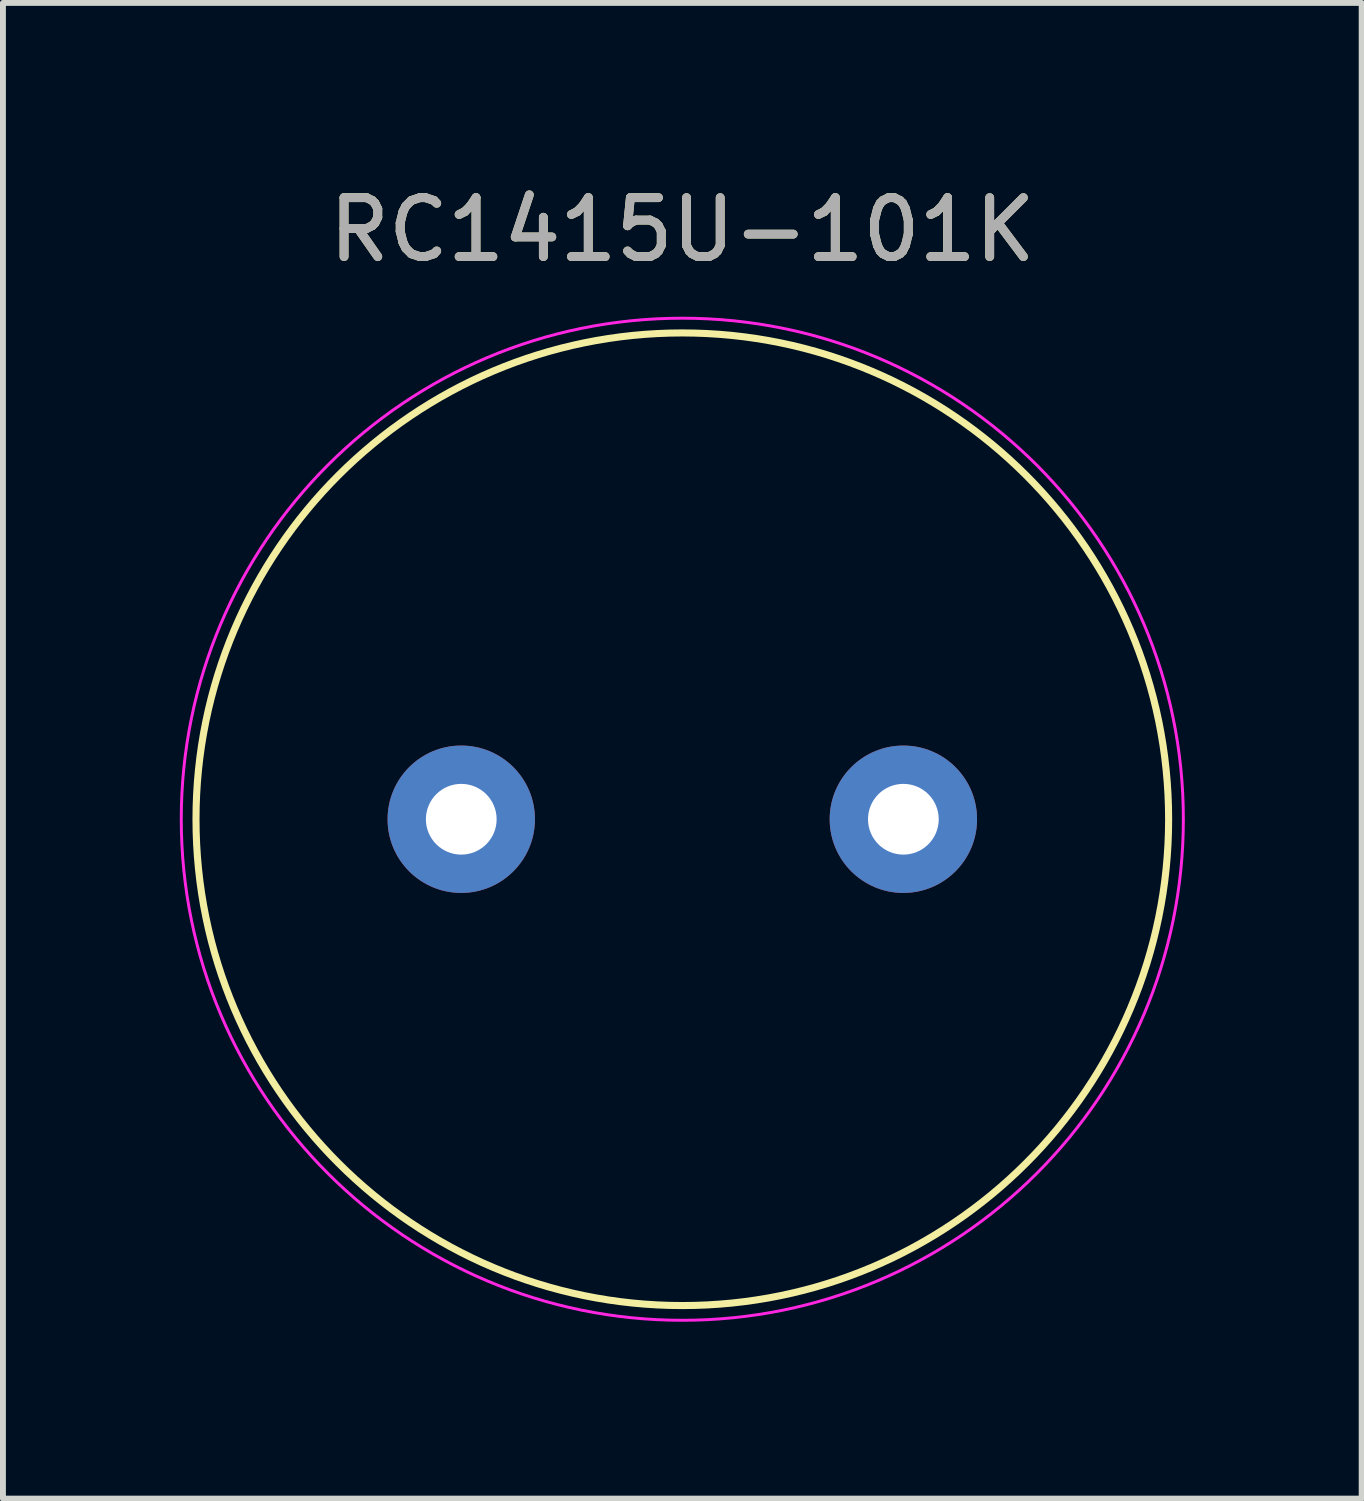
<source format=kicad_pcb>
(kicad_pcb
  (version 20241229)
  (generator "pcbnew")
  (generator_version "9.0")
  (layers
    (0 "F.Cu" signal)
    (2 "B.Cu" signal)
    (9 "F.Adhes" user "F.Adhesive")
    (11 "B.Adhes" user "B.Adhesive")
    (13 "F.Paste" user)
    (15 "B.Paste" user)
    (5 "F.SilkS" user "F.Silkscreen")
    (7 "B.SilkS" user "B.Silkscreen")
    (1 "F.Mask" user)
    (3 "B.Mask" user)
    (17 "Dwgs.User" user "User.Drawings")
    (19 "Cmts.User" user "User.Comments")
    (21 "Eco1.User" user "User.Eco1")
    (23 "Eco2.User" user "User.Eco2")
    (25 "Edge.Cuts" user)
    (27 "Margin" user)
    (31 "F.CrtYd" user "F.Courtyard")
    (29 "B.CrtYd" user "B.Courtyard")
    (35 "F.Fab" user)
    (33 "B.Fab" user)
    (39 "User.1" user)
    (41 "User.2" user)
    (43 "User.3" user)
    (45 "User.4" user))
  (footprint "RC1415U-101K"
    (layer "F.Cu")
    (at 8.525 10.848)
    (property "Reference" "RC1415U-101K" (at 0 -10 0) (unlocked yes) (layer "F.SilkS") (effects (font (size 1 1) (thickness 0.15))))
    (attr through_hole)
    (fp_circle (center 0 0) (end 8.25 0) (stroke (width 0.12) (type solid)) (fill no) (layer "F.SilkS"))
    (fp_circle (center 0 0) (end 8.5 0) (stroke (width 0.05) (type solid)) (fill no) (layer "F.CrtYd"))
    (fp_text user "${REFERENCE}" (at 0 -10 0) (unlocked yes) (layer "F.Fab") (effects (font (size 1 1) (thickness 0.15))))
    (pad "1" thru_hole circle (at -3.75 0) (size 2.5 2.5) (drill 1.2) (layers "*.Cu" "*.Mask"))
    (pad "2" thru_hole circle (at 3.75 0) (size 2.5 2.5) (drill 1.2) (layers "*.Cu" "*.Mask")))
  (gr_rect
    (start -3 -3)
    (end 20.05 22.373)
    (stroke (width 0.1) (type default))
    (fill no)
    (layer "Edge.Cuts")))
</source>
